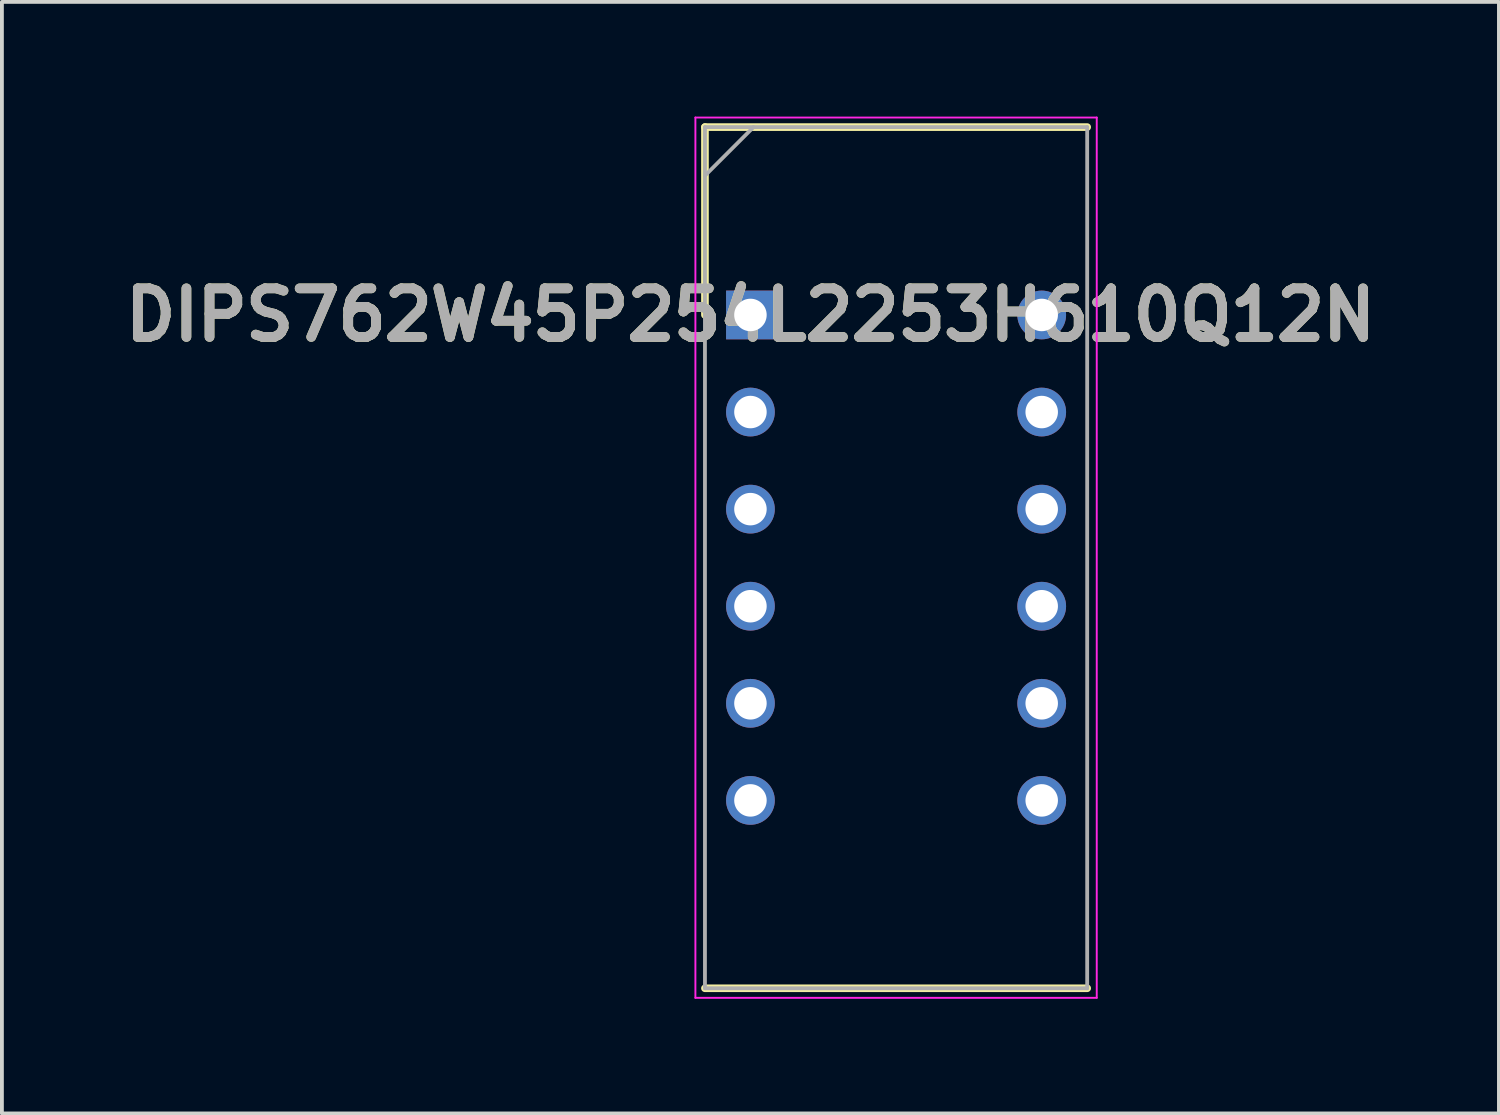
<source format=kicad_pcb>
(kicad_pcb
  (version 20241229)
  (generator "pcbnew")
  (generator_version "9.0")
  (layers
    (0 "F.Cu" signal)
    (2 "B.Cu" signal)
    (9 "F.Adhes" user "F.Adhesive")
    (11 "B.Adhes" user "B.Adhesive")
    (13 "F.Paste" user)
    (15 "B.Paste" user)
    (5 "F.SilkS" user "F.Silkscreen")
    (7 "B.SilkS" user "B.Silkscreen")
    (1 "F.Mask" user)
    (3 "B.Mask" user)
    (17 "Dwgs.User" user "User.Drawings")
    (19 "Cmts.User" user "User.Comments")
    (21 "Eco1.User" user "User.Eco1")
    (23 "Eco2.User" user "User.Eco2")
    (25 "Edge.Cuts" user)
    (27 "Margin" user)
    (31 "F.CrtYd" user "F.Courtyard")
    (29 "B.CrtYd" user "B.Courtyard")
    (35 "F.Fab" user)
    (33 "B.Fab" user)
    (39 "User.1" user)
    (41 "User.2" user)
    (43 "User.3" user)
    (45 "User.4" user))
  (footprint "DIPS762W45P254L2253H610Q12N"
    (layer "F.Cu")
    (at 16.583 5.19)
    (property "Reference" "DIPS762W45P254L2253H610Q12N" (at 0 0 0) (layer "F.SilkS") (effects (font (size 1.27 1.27) (thickness 0.254))))
    (attr through_hole)
    (fp_line (start -1.19 -4.915) (end -1.19 0) (stroke (width 0.2) (type solid)) (layer "F.SilkS"))
    (fp_line (start -1.19 17.615) (end 8.81 17.615) (stroke (width 0.2) (type solid)) (layer "F.SilkS"))
    (fp_line (start 8.81 -4.915) (end -1.19 -4.915) (stroke (width 0.2) (type solid)) (layer "F.SilkS"))
    (fp_line (start -1.44 -5.165) (end 9.06 -5.165) (stroke (width 0.05) (type solid)) (layer "F.CrtYd"))
    (fp_line (start -1.44 17.865) (end -1.44 -5.165) (stroke (width 0.05) (type solid)) (layer "F.CrtYd"))
    (fp_line (start 9.06 -5.165) (end 9.06 17.865) (stroke (width 0.05) (type solid)) (layer "F.CrtYd"))
    (fp_line (start 9.06 17.865) (end -1.44 17.865) (stroke (width 0.05) (type solid)) (layer "F.CrtYd"))
    (fp_line (start -1.19 -4.915) (end 8.81 -4.915) (stroke (width 0.1) (type solid)) (layer "F.Fab"))
    (fp_line (start -1.19 -3.645) (end 0.08 -4.915) (stroke (width 0.1) (type solid)) (layer "F.Fab"))
    (fp_line (start -1.19 17.615) (end -1.19 -4.915) (stroke (width 0.1) (type solid)) (layer "F.Fab"))
    (fp_line (start 8.81 -4.915) (end 8.81 17.615) (stroke (width 0.1) (type solid)) (layer "F.Fab"))
    (fp_line (start 8.81 17.615) (end -1.19 17.615) (stroke (width 0.1) (type solid)) (layer "F.Fab"))
    (fp_text user "${REFERENCE}" (at 0 0 0) (layer "F.Fab") (effects (font (size 1.27 1.27) (thickness 0.254))))
    (pad "1" thru_hole rect (at 0 0) (size 1.275 1.275) (drill 0.85) (layers "*.Cu" "*.Mask"))
    (pad "2" thru_hole circle (at 0 2.54) (size 1.275 1.275) (drill 0.85) (layers "*.Cu" "*.Mask"))
    (pad "3" thru_hole circle (at 0 5.08) (size 1.275 1.275) (drill 0.85) (layers "*.Cu" "*.Mask"))
    (pad "4" thru_hole circle (at 0 7.62) (size 1.275 1.275) (drill 0.85) (layers "*.Cu" "*.Mask"))
    (pad "5" thru_hole circle (at 0 10.16) (size 1.275 1.275) (drill 0.85) (layers "*.Cu" "*.Mask"))
    (pad "6" thru_hole circle (at 0 12.7) (size 1.275 1.275) (drill 0.85) (layers "*.Cu" "*.Mask"))
    (pad "7" thru_hole circle (at 7.62 12.7) (size 1.275 1.275) (drill 0.85) (layers "*.Cu" "*.Mask"))
    (pad "8" thru_hole circle (at 7.62 10.16) (size 1.275 1.275) (drill 0.85) (layers "*.Cu" "*.Mask"))
    (pad "9" thru_hole circle (at 7.62 7.62) (size 1.275 1.275) (drill 0.85) (layers "*.Cu" "*.Mask"))
    (pad "10" thru_hole circle (at 7.62 5.08) (size 1.275 1.275) (drill 0.85) (layers "*.Cu" "*.Mask"))
    (pad "11" thru_hole circle (at 7.62 2.54) (size 1.275 1.275) (drill 0.85) (layers "*.Cu" "*.Mask"))
    (pad "12" thru_hole circle (at 7.62 0) (size 1.275 1.275) (drill 0.85) (layers "*.Cu" "*.Mask")))
  (gr_rect
    (start -3 -3)
    (end 36.165 26.08)
    (stroke (width 0.1) (type default))
    (fill no)
    (layer "Edge.Cuts")))
</source>
